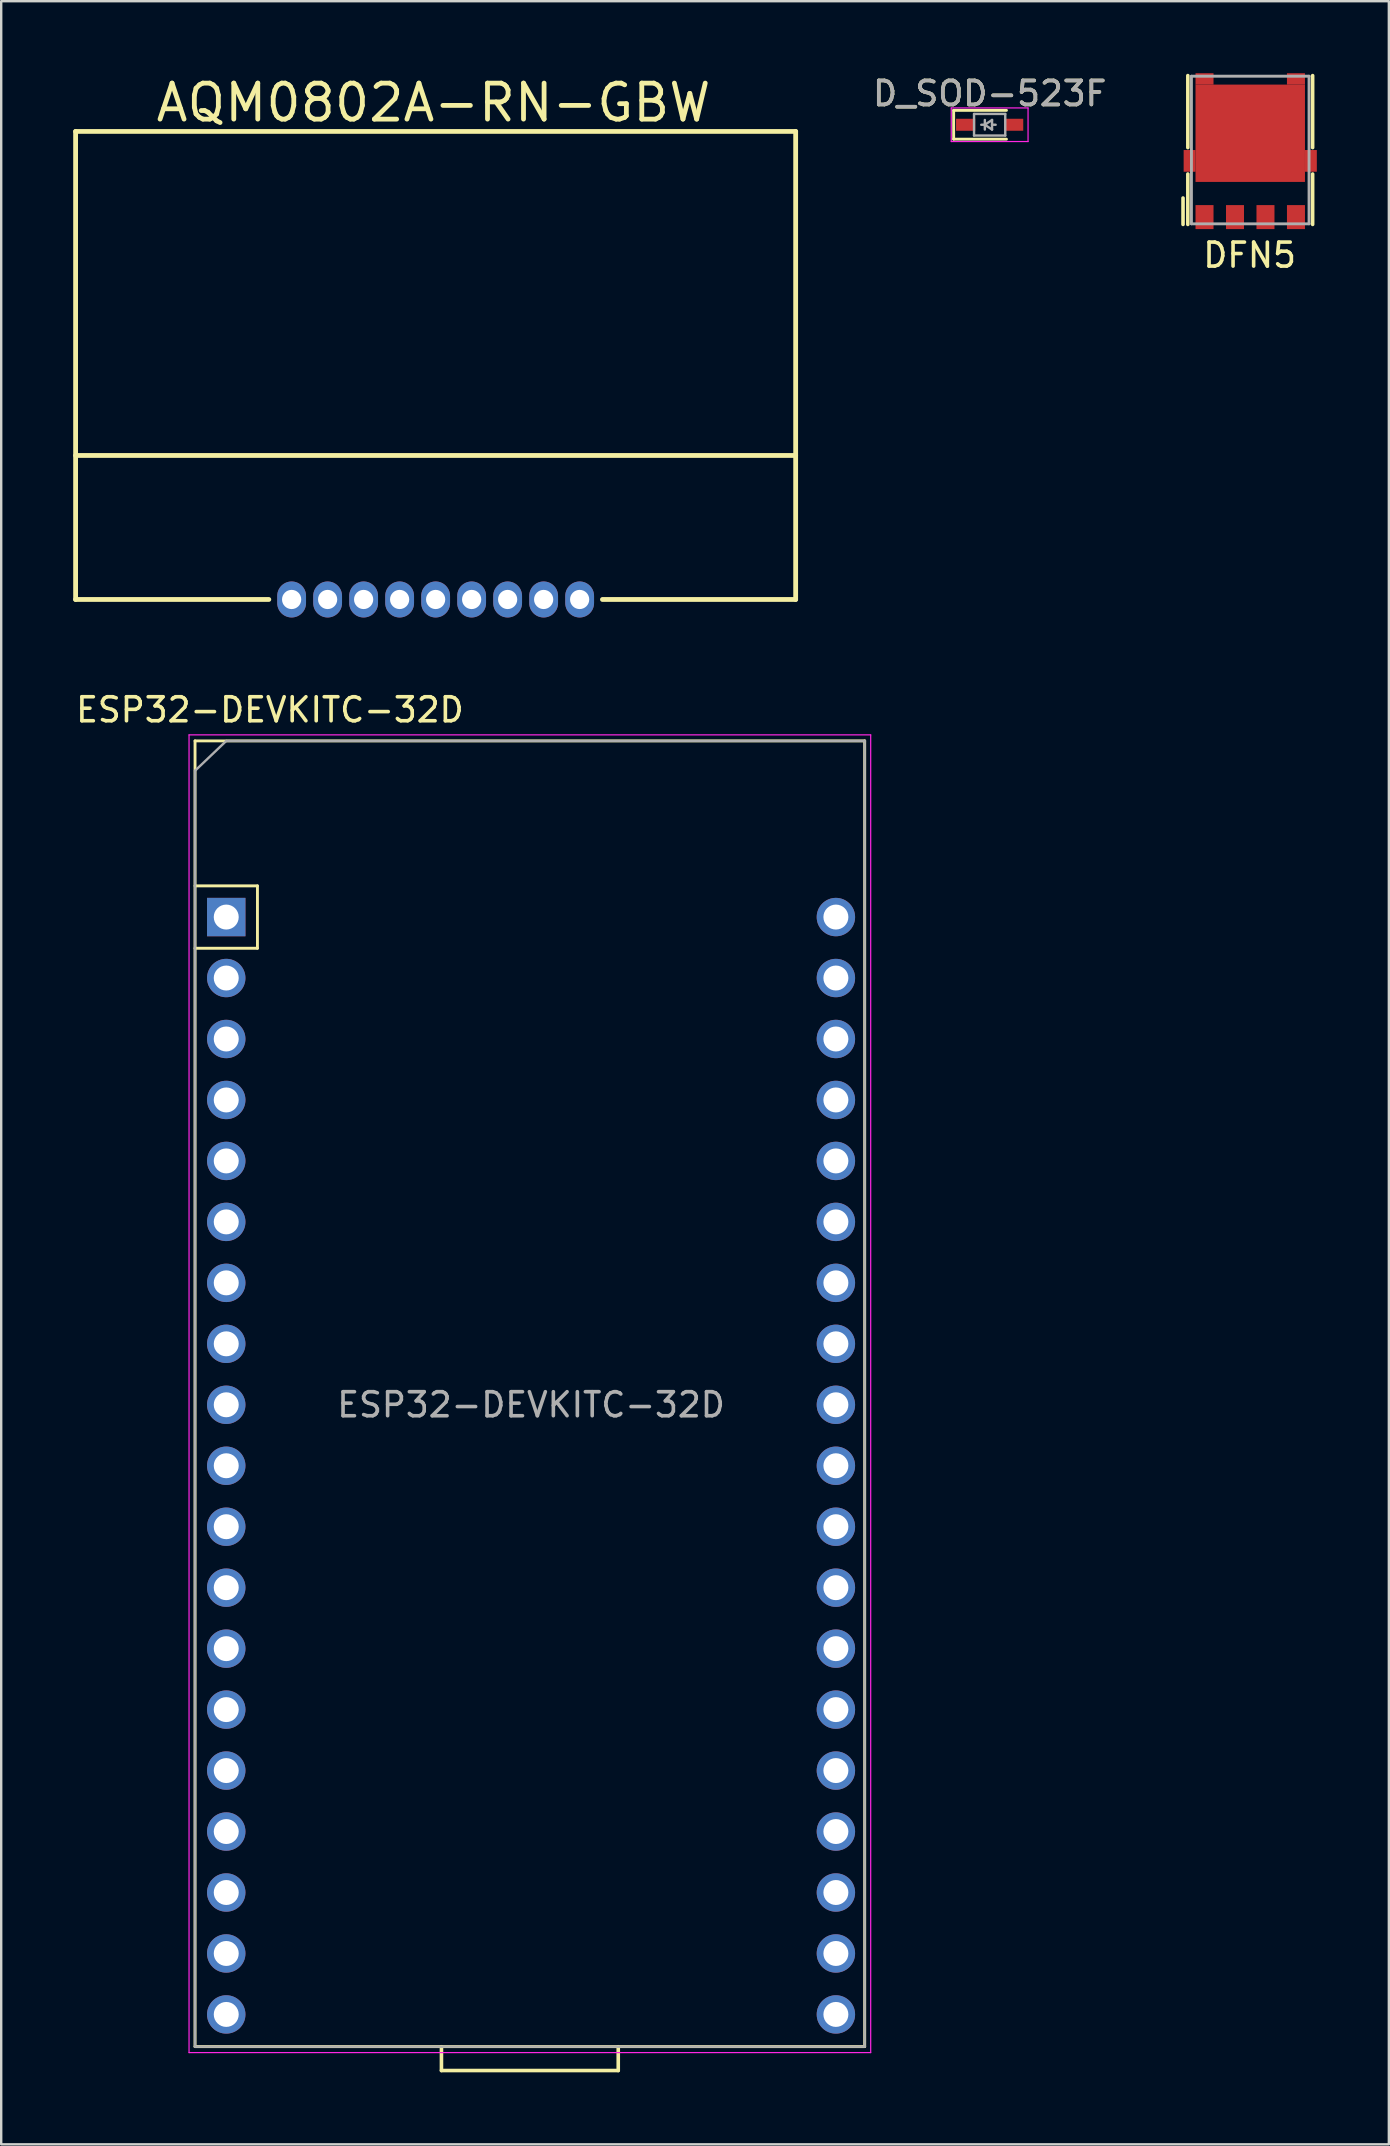
<source format=kicad_pcb>
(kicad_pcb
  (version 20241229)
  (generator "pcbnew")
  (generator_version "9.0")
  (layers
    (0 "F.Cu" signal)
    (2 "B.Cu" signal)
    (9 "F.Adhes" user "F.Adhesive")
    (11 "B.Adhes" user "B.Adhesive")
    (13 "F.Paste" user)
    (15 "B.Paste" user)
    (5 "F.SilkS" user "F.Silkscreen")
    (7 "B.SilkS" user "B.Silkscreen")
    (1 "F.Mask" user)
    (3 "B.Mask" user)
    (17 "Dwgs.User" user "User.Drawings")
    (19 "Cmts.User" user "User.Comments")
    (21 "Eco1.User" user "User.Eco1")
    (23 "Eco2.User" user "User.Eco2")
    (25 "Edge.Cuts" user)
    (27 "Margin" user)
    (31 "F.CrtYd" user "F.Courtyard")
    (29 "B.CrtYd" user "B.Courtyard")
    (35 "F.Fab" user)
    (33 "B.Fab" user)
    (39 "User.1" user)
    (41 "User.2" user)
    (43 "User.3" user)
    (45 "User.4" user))
  (footprint "ESP32-DEVKITC-32D"
    (layer "F.Cu")
    (at 6.376 35.158)
    (property "Reference" "ESP32-DEVKITC-32D" (at 1.82 -8.634 0) (layer "F.SilkS") (effects (font (size 1 1) (thickness 0.15))))
    (attr through_hole)
    (fp_line (start -1.3 -7.34) (end 26.6 -7.34) (stroke (width 0.12) (type solid)) (layer "F.SilkS"))
    (fp_line (start -1.3 -1.3) (end 1.3 -1.3) (stroke (width 0.12) (type solid)) (layer "F.SilkS"))
    (fp_line (start -1.3 47.06) (end -1.3 -7.34) (stroke (width 0.12) (type solid)) (layer "F.SilkS"))
    (fp_line (start 1.3 -1.3) (end 1.3 1.3) (stroke (width 0.12) (type solid)) (layer "F.SilkS"))
    (fp_line (start 1.3 1.3) (end -1.3 1.3) (stroke (width 0.12) (type solid)) (layer "F.SilkS"))
    (fp_line (start 8.966 47.066) (end 8.966 48.057) (stroke (width 0.15) (type solid)) (layer "F.SilkS"))
    (fp_line (start 8.966 48.057) (end 16.332 48.057) (stroke (width 0.15) (type solid)) (layer "F.SilkS"))
    (fp_line (start 16.332 48.057) (end 16.332 47.066) (stroke (width 0.15) (type solid)) (layer "F.SilkS"))
    (fp_line (start 26.6 -7.34) (end 26.6 47.06) (stroke (width 0.12) (type solid)) (layer "F.SilkS"))
    (fp_line (start 26.6 47.06) (end -1.3 47.06) (stroke (width 0.12) (type solid)) (layer "F.SilkS"))
    (fp_line (start -1.55 -7.59) (end 26.85 -7.59) (stroke (width 0.05) (type solid)) (layer "F.CrtYd"))
    (fp_line (start -1.55 47.31) (end -1.55 -7.59) (stroke (width 0.05) (type solid)) (layer "F.CrtYd"))
    (fp_line (start 26.85 -7.59) (end 26.85 47.31) (stroke (width 0.05) (type solid)) (layer "F.CrtYd"))
    (fp_line (start 26.85 47.31) (end -1.55 47.31) (stroke (width 0.05) (type solid)) (layer "F.CrtYd"))
    (fp_line (start -1.301 -6.096) (end 0 -7.338) (stroke (width 0.1) (type solid)) (layer "F.Fab"))
    (fp_line (start -1.301 47.062) (end -1.301 -6.096) (stroke (width 0.1) (type solid)) (layer "F.Fab"))
    (fp_line (start 0 -7.338) (end 26.599 -7.338) (stroke (width 0.1) (type solid)) (layer "F.Fab"))
    (fp_line (start 26.599 -7.338) (end 26.599 47.062) (stroke (width 0.1) (type solid)) (layer "F.Fab"))
    (fp_line (start 26.599 47.062) (end -1.301 47.062) (stroke (width 0.1) (type solid)) (layer "F.Fab"))
    (fp_text user "${REFERENCE}" (at 12.7 20.32 0) (layer "F.Fab") (effects (font (size 1 1) (thickness 0.15))))
    (pad "1" thru_hole rect (at 0 0) (size 1.6 1.6) (drill 1.04) (layers "*.Cu" "*.Mask"))
    (pad "2" thru_hole circle (at 0 2.54) (size 1.6 1.6) (drill 1.04) (layers "*.Cu" "*.Mask"))
    (pad "3" thru_hole circle (at 0 5.08) (size 1.6 1.6) (drill 1.04) (layers "*.Cu" "*.Mask"))
    (pad "4" thru_hole circle (at 0 7.62) (size 1.6 1.6) (drill 1.04) (layers "*.Cu" "*.Mask"))
    (pad "5" thru_hole circle (at 0 10.16) (size 1.6 1.6) (drill 1.04) (layers "*.Cu" "*.Mask"))
    (pad "6" thru_hole circle (at 0 12.7) (size 1.6 1.6) (drill 1.04) (layers "*.Cu" "*.Mask"))
    (pad "7" thru_hole circle (at 0 15.24) (size 1.6 1.6) (drill 1.04) (layers "*.Cu" "*.Mask"))
    (pad "8" thru_hole circle (at 0 17.78) (size 1.6 1.6) (drill 1.04) (layers "*.Cu" "*.Mask"))
    (pad "9" thru_hole circle (at 0 20.32) (size 1.6 1.6) (drill 1.04) (layers "*.Cu" "*.Mask"))
    (pad "10" thru_hole circle (at 0 22.86) (size 1.6 1.6) (drill 1.04) (layers "*.Cu" "*.Mask"))
    (pad "11" thru_hole circle (at 0 25.4) (size 1.6 1.6) (drill 1.04) (layers "*.Cu" "*.Mask"))
    (pad "12" thru_hole circle (at 0 27.94) (size 1.6 1.6) (drill 1.04) (layers "*.Cu" "*.Mask"))
    (pad "13" thru_hole circle (at 0 30.48) (size 1.6 1.6) (drill 1.04) (layers "*.Cu" "*.Mask"))
    (pad "14" thru_hole circle (at 0 33.02) (size 1.6 1.6) (drill 1.04) (layers "*.Cu" "*.Mask"))
    (pad "15" thru_hole circle (at 0 35.56) (size 1.6 1.6) (drill 1.04) (layers "*.Cu" "*.Mask"))
    (pad "16" thru_hole circle (at 0 38.1) (size 1.6 1.6) (drill 1.04) (layers "*.Cu" "*.Mask"))
    (pad "17" thru_hole circle (at 0 40.64) (size 1.6 1.6) (drill 1.04) (layers "*.Cu" "*.Mask"))
    (pad "18" thru_hole circle (at 0 43.18) (size 1.6 1.6) (drill 1.04) (layers "*.Cu" "*.Mask"))
    (pad "19" thru_hole circle (at 0 45.72) (size 1.6 1.6) (drill 1.04) (layers "*.Cu" "*.Mask"))
    (pad "20" thru_hole circle (at 25.4 0) (size 1.6 1.6) (drill 1.04) (layers "*.Cu" "*.Mask"))
    (pad "21" thru_hole circle (at 25.4 2.54) (size 1.6 1.6) (drill 1.04) (layers "*.Cu" "*.Mask"))
    (pad "22" thru_hole circle (at 25.4 5.08) (size 1.6 1.6) (drill 1.04) (layers "*.Cu" "*.Mask"))
    (pad "23" thru_hole circle (at 25.4 7.62) (size 1.6 1.6) (drill 1.04) (layers "*.Cu" "*.Mask"))
    (pad "24" thru_hole circle (at 25.4 10.16) (size 1.6 1.6) (drill 1.04) (layers "*.Cu" "*.Mask"))
    (pad "25" thru_hole circle (at 25.4 12.7) (size 1.6 1.6) (drill 1.04) (layers "*.Cu" "*.Mask"))
    (pad "26" thru_hole circle (at 25.4 15.24) (size 1.6 1.6) (drill 1.04) (layers "*.Cu" "*.Mask"))
    (pad "27" thru_hole circle (at 25.4 17.78) (size 1.6 1.6) (drill 1.04) (layers "*.Cu" "*.Mask"))
    (pad "28" thru_hole circle (at 25.4 20.32) (size 1.6 1.6) (drill 1.04) (layers "*.Cu" "*.Mask"))
    (pad "29" thru_hole circle (at 25.4 22.86) (size 1.6 1.6) (drill 1.04) (layers "*.Cu" "*.Mask"))
    (pad "30" thru_hole circle (at 25.4 25.4) (size 1.6 1.6) (drill 1.04) (layers "*.Cu" "*.Mask"))
    (pad "31" thru_hole circle (at 25.4 27.94) (size 1.6 1.6) (drill 1.04) (layers "*.Cu" "*.Mask"))
    (pad "32" thru_hole circle (at 25.4 30.48) (size 1.6 1.6) (drill 1.04) (layers "*.Cu" "*.Mask"))
    (pad "33" thru_hole circle (at 25.4 33.02) (size 1.6 1.6) (drill 1.04) (layers "*.Cu" "*.Mask"))
    (pad "34" thru_hole circle (at 25.4 35.56) (size 1.6 1.6) (drill 1.04) (layers "*.Cu" "*.Mask"))
    (pad "35" thru_hole circle (at 25.4 38.1) (size 1.6 1.6) (drill 1.04) (layers "*.Cu" "*.Mask"))
    (pad "36" thru_hole circle (at 25.4 40.64) (size 1.6 1.6) (drill 1.04) (layers "*.Cu" "*.Mask"))
    (pad "37" thru_hole circle (at 25.4 43.18) (size 1.6 1.6) (drill 1.04) (layers "*.Cu" "*.Mask"))
    (pad "38" thru_hole circle (at 25.4 45.72) (size 1.6 1.6) (drill 1.04) (layers "*.Cu" "*.Mask")))
  (footprint "DFN5"
    (layer "F.Cu")
    (at 49.039 3.2)
    (property "Reference" "DFN5" (at -0.025 4.381 0) (layer "F.SilkS") (effects (font (size 1 1) (thickness 0.15))))
    (attr through_hole)
    (fp_line (start -2.8 2) (end -2.8 3.1) (stroke (width 0.15) (type solid)) (layer "F.SilkS"))
    (fp_line (start -2.6 -3.1) (end -2.6 -0.1) (stroke (width 0.15) (type solid)) (layer "F.SilkS"))
    (fp_line (start -2.6 1) (end -2.6 3.1) (stroke (width 0.15) (type solid)) (layer "F.SilkS"))
    (fp_line (start 2.6 -3.1) (end 2.6 -0.1) (stroke (width 0.15) (type solid)) (layer "F.SilkS"))
    (fp_line (start 2.6 1) (end 2.6 3.1) (stroke (width 0.15) (type solid)) (layer "F.SilkS"))
    (fp_line (start -2.45 3.075) (end -2.45 -3.075) (stroke (width 0.12) (type solid)) (layer "F.Fab"))
    (fp_line (start -2.45 3.075) (end 2.45 3.075) (stroke (width 0.12) (type solid)) (layer "F.Fab"))
    (fp_line (start 2.45 -3.075) (end -2.45 -3.075) (stroke (width 0.12) (type solid)) (layer "F.Fab"))
    (fp_line (start 2.45 3.075) (end 2.45 -3.075) (stroke (width 0.12) (type solid)) (layer "F.Fab"))
    (pad "1" smd rect (at -1.905 2.795) (size 0.75 1) (layers "F.Cu" "F.Mask" "F.Paste"))
    (pad "1" smd rect (at -0.635 2.795) (size 0.75 1) (layers "F.Cu" "F.Mask" "F.Paste"))
    (pad "1" smd rect (at 0.635 2.795) (size 0.75 1) (layers "F.Cu" "F.Mask" "F.Paste"))
    (pad "2" smd rect (at 1.905 2.795) (size 0.75 1) (layers "F.Cu" "F.Mask" "F.Paste"))
    (pad "3" smd rect (at -2.527 0.453 90) (size 0.905 0.495) (layers "F.Cu" "F.Mask" "F.Paste"))
    (pad "3" smd rect (at -1.905 -2.962) (size 0.75 0.475) (layers "F.Cu" "F.Mask" "F.Paste"))
    (pad "3" smd rect (at 0 -0.698) (size 4.56 4.055) (layers "F.Cu" "F.Mask" "F.Paste"))
    (pad "3" smd rect (at 1.905 -2.962) (size 0.75 0.475) (layers "F.Cu" "F.Mask" "F.Paste"))
    (pad "3" smd rect (at 2.527 0.453 90) (size 0.905 0.495) (layers "F.Cu" "F.Mask" "F.Paste")))
  (footprint "AQM0802A-RN-GBW"
    (layer "F.Cu")
    (at 15.1 12.176)
    (property "Reference" "AQM0802A-RN-GBW" (at -0.089 -10.947 0) (layer "F.SilkS") (effects (font (size 1.5 1.5) (thickness 0.2))))
    (attr through_hole)
    (fp_line (start -15 -9.75) (end 15 -9.75) (stroke (width 0.2) (type solid)) (layer "F.SilkS"))
    (fp_line (start -15 3.75) (end 15 3.75) (stroke (width 0.2) (type solid)) (layer "F.SilkS"))
    (fp_line (start -15 9.75) (end -15 -9.75) (stroke (width 0.2) (type solid)) (layer "F.SilkS"))
    (fp_line (start -15 9.75) (end -6.95 9.75) (stroke (width 0.2) (type solid)) (layer "F.SilkS"))
    (fp_line (start 15 -9.75) (end 15 9.75) (stroke (width 0.2) (type solid)) (layer "F.SilkS"))
    (fp_line (start 15 9.75) (end 6.95 9.75) (stroke (width 0.2) (type solid)) (layer "F.SilkS"))
    (pad "1" thru_hole oval (at -6 9.75) (size 1.2 1.5) (drill 0.8) (layers "*.Cu" "*.Mask"))
    (pad "2" thru_hole oval (at -4.5 9.75) (size 1.2 1.5) (drill 0.8) (layers "*.Cu" "*.Mask"))
    (pad "3" thru_hole oval (at -3 9.75) (size 1.2 1.5) (drill 0.8) (layers "*.Cu" "*.Mask"))
    (pad "4" thru_hole oval (at -1.5 9.75) (size 1.2 1.5) (drill 0.8) (layers "*.Cu" "*.Mask"))
    (pad "5" thru_hole oval (at -0.000004 9.75) (size 1.2 1.5) (drill 0.8) (layers "*.Cu" "*.Mask"))
    (pad "6" thru_hole oval (at 1.5 9.75) (size 1.2 1.5) (drill 0.8) (layers "*.Cu" "*.Mask"))
    (pad "7" thru_hole oval (at 3 9.75) (size 1.2 1.5) (drill 0.8) (layers "*.Cu" "*.Mask"))
    (pad "8" thru_hole oval (at 4.5 9.75) (size 1.2 1.5) (drill 0.8) (layers "*.Cu" "*.Mask"))
    (pad "9" thru_hole oval (at 6 9.75) (size 1.2 1.5) (drill 0.8) (layers "*.Cu" "*.Mask")))
  (footprint "D_SOD-523F"
    (layer "F.Cu")
    (at 38.182 2.148)
    (property "Reference" "D_SOD-523F" (at 0 -1.3 0) (layer "F.SilkS") (effects (font (size 1 1) (thickness 0.15))))
    (attr smd)
    (fp_line (start -1.5 -0.6) (end -1.5 0.6) (stroke (width 0.12) (type solid)) (layer "F.SilkS"))
    (fp_line (start 0.7 -0.6) (end -1.5 -0.6) (stroke (width 0.12) (type solid)) (layer "F.SilkS"))
    (fp_line (start 0.7 0.6) (end -1.5 0.6) (stroke (width 0.12) (type solid)) (layer "F.SilkS"))
    (fp_line (start -1.6 -0.7) (end 1.6 -0.7) (stroke (width 0.05) (type solid)) (layer "F.CrtYd"))
    (fp_line (start -1.6 0.7) (end -1.6 -0.7) (stroke (width 0.05) (type solid)) (layer "F.CrtYd"))
    (fp_line (start 1.6 -0.7) (end 1.6 0.7) (stroke (width 0.05) (type solid)) (layer "F.CrtYd"))
    (fp_line (start 1.6 0.7) (end -1.6 0.7) (stroke (width 0.05) (type solid)) (layer "F.CrtYd"))
    (fp_line (start -0.65 -0.45) (end 0.65 -0.45) (stroke (width 0.1) (type solid)) (layer "F.Fab"))
    (fp_line (start -0.65 0.45) (end -0.65 -0.45) (stroke (width 0.1) (type solid)) (layer "F.Fab"))
    (fp_line (start -0.2 0) (end -0.35 0) (stroke (width 0.1) (type solid)) (layer "F.Fab"))
    (fp_line (start -0.2 0) (end 0.1 0.2) (stroke (width 0.1) (type solid)) (layer "F.Fab"))
    (fp_line (start -0.2 0.2) (end -0.2 -0.2) (stroke (width 0.1) (type solid)) (layer "F.Fab"))
    (fp_line (start 0.1 -0.2) (end -0.2 0) (stroke (width 0.1) (type solid)) (layer "F.Fab"))
    (fp_line (start 0.1 0) (end 0.25 0) (stroke (width 0.1) (type solid)) (layer "F.Fab"))
    (fp_line (start 0.1 0.2) (end 0.1 -0.2) (stroke (width 0.1) (type solid)) (layer "F.Fab"))
    (fp_line (start 0.65 -0.45) (end 0.65 0.45) (stroke (width 0.1) (type solid)) (layer "F.Fab"))
    (fp_line (start 0.65 0.45) (end -0.65 0.45) (stroke (width 0.1) (type solid)) (layer "F.Fab"))
    (fp_text user "${REFERENCE}" (at 0 -1.3 0) (layer "F.Fab") (effects (font (size 1 1) (thickness 0.15))))
    (pad "1" smd rect (at -1 0 180) (size 0.8 0.5) (layers "F.Cu" "F.Mask" "F.Paste"))
    (pad "2" smd rect (at 1 0 180) (size 0.8 0.5) (layers "F.Cu" "F.Mask" "F.Paste")))
  (gr_rect
    (start -3 -3)
    (end 54.814 86.29)
    (stroke (width 0.1) (type default))
    (fill no)
    (layer "Edge.Cuts")))
</source>
